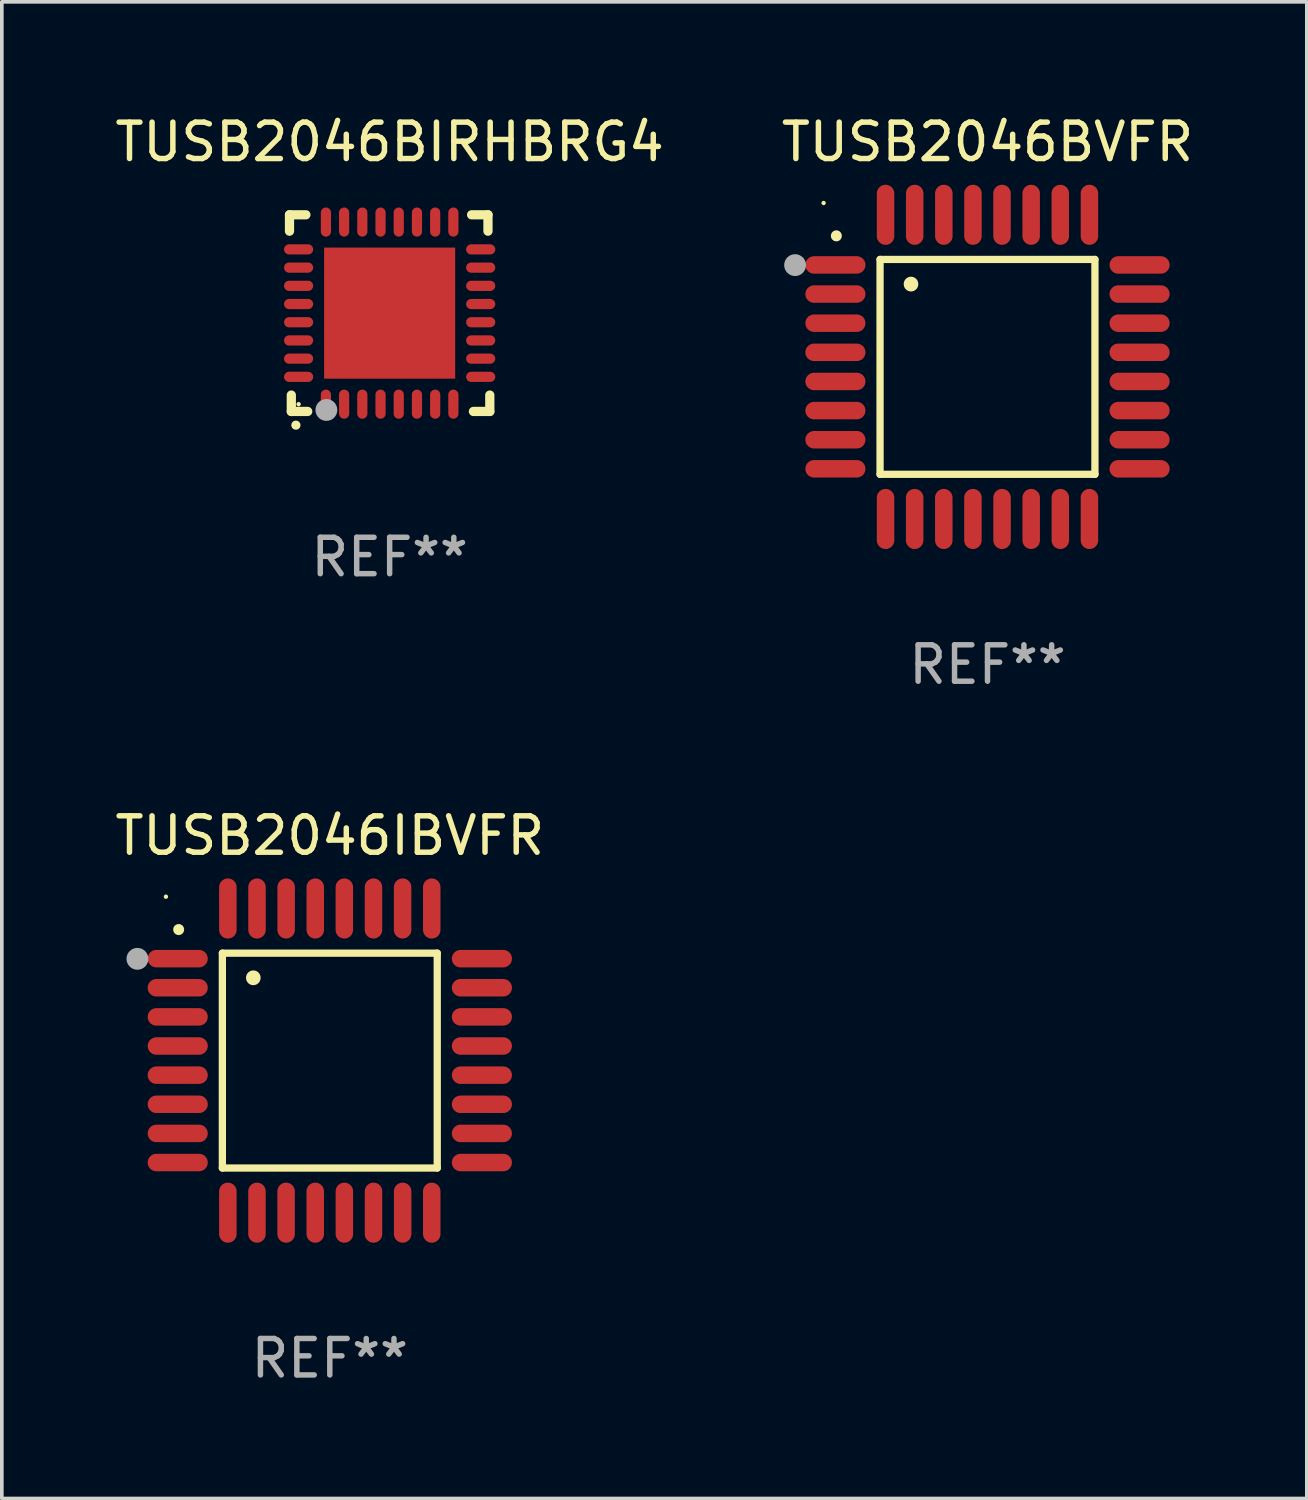
<source format=kicad_pcb>
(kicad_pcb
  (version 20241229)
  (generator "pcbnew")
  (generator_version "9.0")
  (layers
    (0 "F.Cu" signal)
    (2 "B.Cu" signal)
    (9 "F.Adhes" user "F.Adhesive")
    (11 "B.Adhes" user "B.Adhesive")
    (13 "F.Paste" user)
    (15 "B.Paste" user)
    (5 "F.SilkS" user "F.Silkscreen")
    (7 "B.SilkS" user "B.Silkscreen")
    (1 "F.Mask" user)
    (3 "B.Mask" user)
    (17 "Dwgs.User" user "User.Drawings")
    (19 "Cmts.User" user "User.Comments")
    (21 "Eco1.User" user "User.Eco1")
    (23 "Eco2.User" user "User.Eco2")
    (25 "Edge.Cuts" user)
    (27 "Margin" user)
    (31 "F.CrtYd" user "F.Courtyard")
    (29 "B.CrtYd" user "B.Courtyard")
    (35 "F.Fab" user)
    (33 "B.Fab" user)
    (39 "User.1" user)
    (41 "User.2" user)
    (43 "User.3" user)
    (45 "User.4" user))
  (footprint "TUSB2046IBVFR"
    (layer "F.Cu")
    (at 6.006 26.072)
    (property "Reference" "TUSB2046IBVFR" (at 0 -6.176 0) (layer "F.SilkS") (effects (font (size 1 1) (thickness 0.15))))
    (attr through_hole)
    (fp_line (start -2.95 -2.95) (end -2.95 2.95) (stroke (width 0.2) (type solid)) (layer "F.SilkS"))
    (fp_line (start -2.95 2.95) (end 2.95 2.95) (stroke (width 0.2) (type solid)) (layer "F.SilkS"))
    (fp_line (start 2.95 -2.95) (end -2.95 -2.95) (stroke (width 0.2) (type solid)) (layer "F.SilkS"))
    (fp_line (start 2.95 2.95) (end 2.95 -2.95) (stroke (width 0.2) (type solid)) (layer "F.SilkS"))
    (fp_arc (start -4.150178 -3.596622) (mid -4.150183 -3.597892) (end -4.150178 -3.599162) (stroke (width 0.3) (type solid)) (layer "F.SilkS"))
    (fp_arc (start -2.100394 -2.270739) (mid -2.10041 -2.273279) (end -2.100394 -2.275819) (stroke (width 0.4) (type solid)) (layer "F.SilkS"))
    (fp_circle (center -4.5 -4.5) (end -4.47 -4.5) (stroke (width 0.06) (type solid)) (fill no) (layer "F.SilkS"))
    (fp_circle (center -5.283 -2.794) (end -5.133 -2.794) (stroke (width 0.3) (type solid)) (fill no) (layer "F.Fab"))
    (fp_text user "REF**" (at 0 8.176 0) (layer "F.Fab") (effects (font (size 1 1) (thickness 0.15))))
    (pad "1" smd oval (at -4.176 -2.799 90) (size 0.48 1.65) (layers "F.Cu" "F.Mask" "F.Paste"))
    (pad "2" smd oval (at -4.176 -2 90) (size 0.48 1.65) (layers "F.Cu" "F.Mask" "F.Paste"))
    (pad "3" smd oval (at -4.176 -1.2 90) (size 0.48 1.65) (layers "F.Cu" "F.Mask" "F.Paste"))
    (pad "4" smd oval (at -4.176 -0.4 90) (size 0.48 1.65) (layers "F.Cu" "F.Mask" "F.Paste"))
    (pad "5" smd oval (at -4.176 0.4 90) (size 0.48 1.65) (layers "F.Cu" "F.Mask" "F.Paste"))
    (pad "6" smd oval (at -4.176 1.2 90) (size 0.48 1.65) (layers "F.Cu" "F.Mask" "F.Paste"))
    (pad "7" smd oval (at -4.176 2 90) (size 0.48 1.65) (layers "F.Cu" "F.Mask" "F.Paste"))
    (pad "8" smd oval (at -4.176 2.799 90) (size 0.48 1.65) (layers "F.Cu" "F.Mask" "F.Paste"))
    (pad "9" smd oval (at -2.799 4.176) (size 0.48 1.65) (layers "F.Cu" "F.Mask" "F.Paste"))
    (pad "10" smd oval (at -2 4.176) (size 0.48 1.65) (layers "F.Cu" "F.Mask" "F.Paste"))
    (pad "11" smd oval (at -1.2 4.176) (size 0.48 1.65) (layers "F.Cu" "F.Mask" "F.Paste"))
    (pad "12" smd oval (at -0.4 4.176) (size 0.48 1.65) (layers "F.Cu" "F.Mask" "F.Paste"))
    (pad "13" smd oval (at 0.4 4.176) (size 0.48 1.65) (layers "F.Cu" "F.Mask" "F.Paste"))
    (pad "14" smd oval (at 1.2 4.176) (size 0.48 1.65) (layers "F.Cu" "F.Mask" "F.Paste"))
    (pad "15" smd oval (at 2 4.176) (size 0.48 1.65) (layers "F.Cu" "F.Mask" "F.Paste"))
    (pad "16" smd oval (at 2.799 4.176) (size 0.48 1.65) (layers "F.Cu" "F.Mask" "F.Paste"))
    (pad "17" smd oval (at 4.176 2.799 90) (size 0.48 1.65) (layers "F.Cu" "F.Mask" "F.Paste"))
    (pad "18" smd oval (at 4.176 2 90) (size 0.48 1.65) (layers "F.Cu" "F.Mask" "F.Paste"))
    (pad "19" smd oval (at 4.176 1.2 90) (size 0.48 1.65) (layers "F.Cu" "F.Mask" "F.Paste"))
    (pad "20" smd oval (at 4.176 0.4 90) (size 0.48 1.65) (layers "F.Cu" "F.Mask" "F.Paste"))
    (pad "21" smd oval (at 4.176 -0.4 90) (size 0.48 1.65) (layers "F.Cu" "F.Mask" "F.Paste"))
    (pad "22" smd oval (at 4.176 -1.2 90) (size 0.48 1.65) (layers "F.Cu" "F.Mask" "F.Paste"))
    (pad "23" smd oval (at 4.176 -2 90) (size 0.48 1.65) (layers "F.Cu" "F.Mask" "F.Paste"))
    (pad "24" smd oval (at 4.176 -2.799 90) (size 0.48 1.65) (layers "F.Cu" "F.Mask" "F.Paste"))
    (pad "25" smd oval (at 2.799 -4.176) (size 0.48 1.65) (layers "F.Cu" "F.Mask" "F.Paste"))
    (pad "26" smd oval (at 1.999 -4.176) (size 0.48 1.65) (layers "F.Cu" "F.Mask" "F.Paste"))
    (pad "27" smd oval (at 1.199 -4.176) (size 0.48 1.65) (layers "F.Cu" "F.Mask" "F.Paste"))
    (pad "28" smd oval (at 0.399 -4.176) (size 0.48 1.65) (layers "F.Cu" "F.Mask" "F.Paste"))
    (pad "29" smd oval (at -0.399 -4.176) (size 0.48 1.65) (layers "F.Cu" "F.Mask" "F.Paste"))
    (pad "30" smd oval (at -1.199 -4.176) (size 0.48 1.65) (layers "F.Cu" "F.Mask" "F.Paste"))
    (pad "31" smd oval (at -1.999 -4.176) (size 0.48 1.65) (layers "F.Cu" "F.Mask" "F.Paste"))
    (pad "32" smd oval (at -2.799 -4.176) (size 0.48 1.65) (layers "F.Cu" "F.Mask" "F.Paste")))
  (footprint "TUSB2046BVFR"
    (layer "F.Cu")
    (at 24.065 7.024)
    (property "Reference" "TUSB2046BVFR" (at 0 -6.176 0) (layer "F.SilkS") (effects (font (size 1 1) (thickness 0.15))))
    (attr through_hole)
    (fp_line (start -2.95 -2.95) (end -2.95 2.95) (stroke (width 0.2) (type solid)) (layer "F.SilkS"))
    (fp_line (start -2.95 2.95) (end 2.95 2.95) (stroke (width 0.2) (type solid)) (layer "F.SilkS"))
    (fp_line (start 2.95 -2.95) (end -2.95 -2.95) (stroke (width 0.2) (type solid)) (layer "F.SilkS"))
    (fp_line (start 2.95 2.95) (end 2.95 -2.95) (stroke (width 0.2) (type solid)) (layer "F.SilkS"))
    (fp_arc (start -4.150178 -3.596622) (mid -4.150183 -3.597892) (end -4.150178 -3.599162) (stroke (width 0.3) (type solid)) (layer "F.SilkS"))
    (fp_arc (start -2.100394 -2.270739) (mid -2.10041 -2.273279) (end -2.100394 -2.275819) (stroke (width 0.4) (type solid)) (layer "F.SilkS"))
    (fp_circle (center -4.5 -4.5) (end -4.47 -4.5) (stroke (width 0.06) (type solid)) (fill no) (layer "F.SilkS"))
    (fp_circle (center -5.283 -2.794) (end -5.133 -2.794) (stroke (width 0.3) (type solid)) (fill no) (layer "F.Fab"))
    (fp_text user "REF**" (at 0 8.176 0) (layer "F.Fab") (effects (font (size 1 1) (thickness 0.15))))
    (pad "1" smd oval (at -4.176 -2.799 90) (size 0.48 1.65) (layers "F.Cu" "F.Mask" "F.Paste"))
    (pad "2" smd oval (at -4.176 -2 90) (size 0.48 1.65) (layers "F.Cu" "F.Mask" "F.Paste"))
    (pad "3" smd oval (at -4.176 -1.2 90) (size 0.48 1.65) (layers "F.Cu" "F.Mask" "F.Paste"))
    (pad "4" smd oval (at -4.176 -0.4 90) (size 0.48 1.65) (layers "F.Cu" "F.Mask" "F.Paste"))
    (pad "5" smd oval (at -4.176 0.4 90) (size 0.48 1.65) (layers "F.Cu" "F.Mask" "F.Paste"))
    (pad "6" smd oval (at -4.176 1.2 90) (size 0.48 1.65) (layers "F.Cu" "F.Mask" "F.Paste"))
    (pad "7" smd oval (at -4.176 2 90) (size 0.48 1.65) (layers "F.Cu" "F.Mask" "F.Paste"))
    (pad "8" smd oval (at -4.176 2.799 90) (size 0.48 1.65) (layers "F.Cu" "F.Mask" "F.Paste"))
    (pad "9" smd oval (at -2.799 4.176) (size 0.48 1.65) (layers "F.Cu" "F.Mask" "F.Paste"))
    (pad "10" smd oval (at -2 4.176) (size 0.48 1.65) (layers "F.Cu" "F.Mask" "F.Paste"))
    (pad "11" smd oval (at -1.2 4.176) (size 0.48 1.65) (layers "F.Cu" "F.Mask" "F.Paste"))
    (pad "12" smd oval (at -0.4 4.176) (size 0.48 1.65) (layers "F.Cu" "F.Mask" "F.Paste"))
    (pad "13" smd oval (at 0.4 4.176) (size 0.48 1.65) (layers "F.Cu" "F.Mask" "F.Paste"))
    (pad "14" smd oval (at 1.2 4.176) (size 0.48 1.65) (layers "F.Cu" "F.Mask" "F.Paste"))
    (pad "15" smd oval (at 2 4.176) (size 0.48 1.65) (layers "F.Cu" "F.Mask" "F.Paste"))
    (pad "16" smd oval (at 2.799 4.176) (size 0.48 1.65) (layers "F.Cu" "F.Mask" "F.Paste"))
    (pad "17" smd oval (at 4.176 2.799 90) (size 0.48 1.65) (layers "F.Cu" "F.Mask" "F.Paste"))
    (pad "18" smd oval (at 4.176 2 90) (size 0.48 1.65) (layers "F.Cu" "F.Mask" "F.Paste"))
    (pad "19" smd oval (at 4.176 1.2 90) (size 0.48 1.65) (layers "F.Cu" "F.Mask" "F.Paste"))
    (pad "20" smd oval (at 4.176 0.4 90) (size 0.48 1.65) (layers "F.Cu" "F.Mask" "F.Paste"))
    (pad "21" smd oval (at 4.176 -0.4 90) (size 0.48 1.65) (layers "F.Cu" "F.Mask" "F.Paste"))
    (pad "22" smd oval (at 4.176 -1.2 90) (size 0.48 1.65) (layers "F.Cu" "F.Mask" "F.Paste"))
    (pad "23" smd oval (at 4.176 -2 90) (size 0.48 1.65) (layers "F.Cu" "F.Mask" "F.Paste"))
    (pad "24" smd oval (at 4.176 -2.799 90) (size 0.48 1.65) (layers "F.Cu" "F.Mask" "F.Paste"))
    (pad "25" smd oval (at 2.799 -4.176) (size 0.48 1.65) (layers "F.Cu" "F.Mask" "F.Paste"))
    (pad "26" smd oval (at 1.999 -4.176) (size 0.48 1.65) (layers "F.Cu" "F.Mask" "F.Paste"))
    (pad "27" smd oval (at 1.199 -4.176) (size 0.48 1.65) (layers "F.Cu" "F.Mask" "F.Paste"))
    (pad "28" smd oval (at 0.399 -4.176) (size 0.48 1.65) (layers "F.Cu" "F.Mask" "F.Paste"))
    (pad "29" smd oval (at -0.399 -4.176) (size 0.48 1.65) (layers "F.Cu" "F.Mask" "F.Paste"))
    (pad "30" smd oval (at -1.199 -4.176) (size 0.48 1.65) (layers "F.Cu" "F.Mask" "F.Paste"))
    (pad "31" smd oval (at -1.999 -4.176) (size 0.48 1.65) (layers "F.Cu" "F.Mask" "F.Paste"))
    (pad "32" smd oval (at -2.799 -4.176) (size 0.48 1.65) (layers "F.Cu" "F.Mask" "F.Paste")))
  (footprint "TUSB2046BIRHBRG4"
    (layer "F.Cu")
    (at 7.649 5.548)
    (property "Reference" "TUSB2046BIRHBRG4" (at 0 -4.7 0) (layer "F.SilkS") (effects (font (size 1 1) (thickness 0.15))))
    (attr through_hole)
    (fp_line (start -2.75 -2.7) (end -2.75 -2.25) (stroke (width 0.254) (type solid)) (layer "F.SilkS"))
    (fp_line (start -2.7 2.7) (end -2.7 2.25) (stroke (width 0.254) (type solid)) (layer "F.SilkS"))
    (fp_line (start -2.3 -2.7) (end -2.75 -2.7) (stroke (width 0.254) (type solid)) (layer "F.SilkS"))
    (fp_line (start -2.25 2.7) (end -2.7 2.7) (stroke (width 0.254) (type solid)) (layer "F.SilkS"))
    (fp_line (start 2.3 2.7) (end 2.75 2.7) (stroke (width 0.254) (type solid)) (layer "F.SilkS"))
    (fp_line (start 2.7 -2.7) (end 2.25 -2.7) (stroke (width 0.254) (type solid)) (layer "F.SilkS"))
    (fp_line (start 2.7 -2.25) (end 2.7 -2.7) (stroke (width 0.254) (type solid)) (layer "F.SilkS"))
    (fp_line (start 2.75 2.7) (end 2.75 2.25) (stroke (width 0.254) (type solid)) (layer "F.SilkS"))
    (fp_arc (start -2.575565 3.075946) (mid -2.574295 3.07594) (end -2.573025 3.075946) (stroke (width 0.25) (type solid)) (layer "F.SilkS"))
    (fp_circle (center -2.5 2.5) (end -2.47 2.5) (stroke (width 0.06) (type solid)) (fill no) (layer "F.SilkS"))
    (fp_circle (center -1.737 2.659) (end -1.587 2.659) (stroke (width 0.3) (type solid)) (fill no) (layer "F.Fab"))
    (fp_text user "REF**" (at 0 6.7 0) (layer "F.Fab") (effects (font (size 1 1) (thickness 0.15))))
    (pad "1" smd oval (at -1.75 2.5) (size 0.28 0.8) (layers "F.Cu" "F.Mask" "F.Paste"))
    (pad "2" smd oval (at -1.25 2.5) (size 0.28 0.8) (layers "F.Cu" "F.Mask" "F.Paste"))
    (pad "3" smd oval (at -0.75 2.5) (size 0.28 0.8) (layers "F.Cu" "F.Mask" "F.Paste"))
    (pad "4" smd oval (at -0.25 2.5) (size 0.28 0.8) (layers "F.Cu" "F.Mask" "F.Paste"))
    (pad "5" smd oval (at 0.25 2.5) (size 0.28 0.8) (layers "F.Cu" "F.Mask" "F.Paste"))
    (pad "6" smd oval (at 0.75 2.5) (size 0.28 0.8) (layers "F.Cu" "F.Mask" "F.Paste"))
    (pad "7" smd oval (at 1.25 2.5) (size 0.28 0.8) (layers "F.Cu" "F.Mask" "F.Paste"))
    (pad "8" smd oval (at 1.75 2.5) (size 0.28 0.8) (layers "F.Cu" "F.Mask" "F.Paste"))
    (pad "9" smd oval (at 2.5 1.75) (size 0.8 0.28) (layers "F.Cu" "F.Mask" "F.Paste"))
    (pad "10" smd oval (at 2.5 1.25) (size 0.8 0.28) (layers "F.Cu" "F.Mask" "F.Paste"))
    (pad "11" smd oval (at 2.5 0.75) (size 0.8 0.28) (layers "F.Cu" "F.Mask" "F.Paste"))
    (pad "12" smd oval (at 2.5 0.25) (size 0.8 0.28) (layers "F.Cu" "F.Mask" "F.Paste"))
    (pad "13" smd oval (at 2.5 -0.25) (size 0.8 0.28) (layers "F.Cu" "F.Mask" "F.Paste"))
    (pad "14" smd oval (at 2.5 -0.75) (size 0.8 0.28) (layers "F.Cu" "F.Mask" "F.Paste"))
    (pad "15" smd oval (at 2.5 -1.25) (size 0.8 0.28) (layers "F.Cu" "F.Mask" "F.Paste"))
    (pad "16" smd oval (at 2.5 -1.75) (size 0.8 0.28) (layers "F.Cu" "F.Mask" "F.Paste"))
    (pad "17" smd oval (at 1.75 -2.5) (size 0.28 0.8) (layers "F.Cu" "F.Mask" "F.Paste"))
    (pad "18" smd oval (at 1.25 -2.5) (size 0.28 0.8) (layers "F.Cu" "F.Mask" "F.Paste"))
    (pad "19" smd oval (at 0.75 -2.5) (size 0.28 0.8) (layers "F.Cu" "F.Mask" "F.Paste"))
    (pad "20" smd oval (at 0.25 -2.5) (size 0.28 0.8) (layers "F.Cu" "F.Mask" "F.Paste"))
    (pad "21" smd oval (at -0.25 -2.5) (size 0.28 0.8) (layers "F.Cu" "F.Mask" "F.Paste"))
    (pad "22" smd oval (at -0.75 -2.5) (size 0.28 0.8) (layers "F.Cu" "F.Mask" "F.Paste"))
    (pad "23" smd oval (at -1.25 -2.5) (size 0.28 0.8) (layers "F.Cu" "F.Mask" "F.Paste"))
    (pad "24" smd oval (at -1.75 -2.5) (size 0.28 0.8) (layers "F.Cu" "F.Mask" "F.Paste"))
    (pad "25" smd oval (at -2.5 -1.75) (size 0.8 0.28) (layers "F.Cu" "F.Mask" "F.Paste"))
    (pad "26" smd oval (at -2.5 -1.25) (size 0.8 0.28) (layers "F.Cu" "F.Mask" "F.Paste"))
    (pad "27" smd oval (at -2.5 -0.75) (size 0.8 0.28) (layers "F.Cu" "F.Mask" "F.Paste"))
    (pad "28" smd oval (at -2.5 -0.25) (size 0.8 0.28) (layers "F.Cu" "F.Mask" "F.Paste"))
    (pad "29" smd oval (at -2.5 0.25) (size 0.8 0.28) (layers "F.Cu" "F.Mask" "F.Paste"))
    (pad "30" smd oval (at -2.5 0.75) (size 0.8 0.28) (layers "F.Cu" "F.Mask" "F.Paste"))
    (pad "31" smd oval (at -2.5 1.25) (size 0.8 0.28) (layers "F.Cu" "F.Mask" "F.Paste"))
    (pad "32" smd oval (at -2.5 1.75) (size 0.8 0.28) (layers "F.Cu" "F.Mask" "F.Paste"))
    (pad "33" smd rect (at 0.000076 0.000076) (size 3.6 3.6) (layers "F.Cu" "F.Mask" "F.Paste")))
  (gr_rect
    (start -3 -3)
    (end 32.833 38.096)
    (stroke (width 0.1) (type default))
    (fill no)
    (layer "Edge.Cuts")))
</source>
